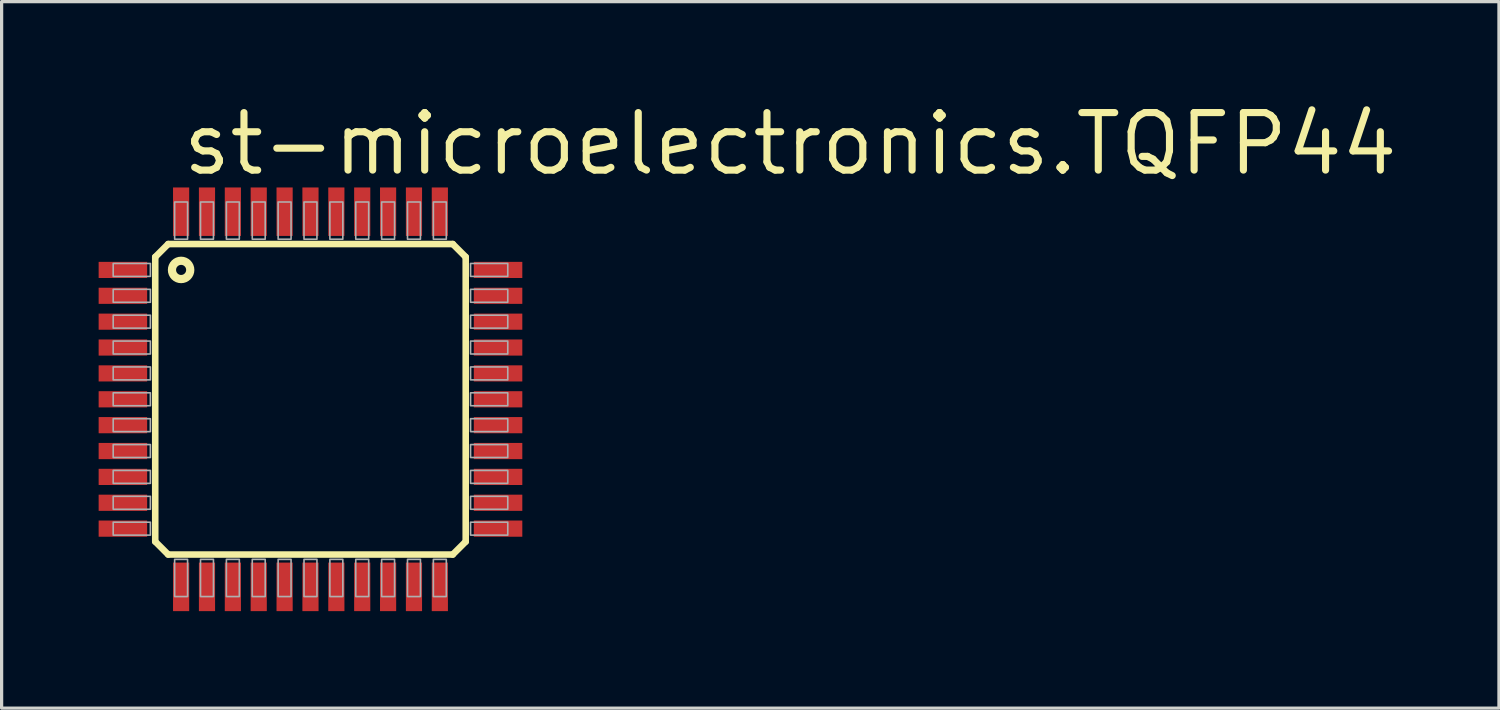
<source format=kicad_pcb>
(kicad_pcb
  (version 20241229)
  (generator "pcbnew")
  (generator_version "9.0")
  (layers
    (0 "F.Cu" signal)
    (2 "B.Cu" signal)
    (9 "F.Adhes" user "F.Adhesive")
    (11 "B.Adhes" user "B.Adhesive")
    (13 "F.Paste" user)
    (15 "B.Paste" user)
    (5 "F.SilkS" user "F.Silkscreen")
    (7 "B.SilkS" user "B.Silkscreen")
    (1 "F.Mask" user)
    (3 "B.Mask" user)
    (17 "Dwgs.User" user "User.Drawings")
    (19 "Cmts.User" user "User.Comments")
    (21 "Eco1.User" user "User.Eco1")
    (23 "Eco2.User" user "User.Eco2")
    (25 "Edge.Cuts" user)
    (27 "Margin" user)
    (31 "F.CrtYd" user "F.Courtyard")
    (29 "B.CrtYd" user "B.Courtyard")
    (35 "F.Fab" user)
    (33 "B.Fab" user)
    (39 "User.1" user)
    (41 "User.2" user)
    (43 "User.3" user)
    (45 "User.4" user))
  (footprint "st-microelectronics.TQFP44"
    (layer "F.Cu")
    (at 6.55 9.296)
    (property "Reference" "st-microelectronics.TQFP44" (at -4.064 -6.858 0) (layer "F.SilkS") (effects (font (size 1.778 1.778) (thickness 0.22)) (justify left bottom)))
    (attr smd)
    (fp_line (start -4.8 -4.4) (end -4.4 -4.8) (stroke (width 0.203) (type default)) (layer "F.SilkS"))
    (fp_line (start -4.8 4.4) (end -4.8 -4.4) (stroke (width 0.203) (type default)) (layer "F.SilkS"))
    (fp_line (start -4.4 -4.8) (end 4.4 -4.8) (stroke (width 0.203) (type default)) (layer "F.SilkS"))
    (fp_line (start -4.4 4.8) (end -4.8 4.4) (stroke (width 0.203) (type default)) (layer "F.SilkS"))
    (fp_line (start 4.4 -4.8) (end 4.8 -4.4) (stroke (width 0.203) (type default)) (layer "F.SilkS"))
    (fp_line (start 4.4 4.8) (end -4.4 4.8) (stroke (width 0.203) (type default)) (layer "F.SilkS"))
    (fp_line (start 4.8 -4.4) (end 4.8 4.4) (stroke (width 0.203) (type default)) (layer "F.SilkS"))
    (fp_line (start 4.8 4.4) (end 4.4 4.8) (stroke (width 0.203) (type default)) (layer "F.SilkS"))
    (fp_circle (center -4 -4) (end -3.717 -4) (stroke (width 0.254) (type default)) (fill no) (layer "F.SilkS"))
    (fp_rect (start -6.1 -3.8) (end -4.95 -4.2) (stroke (width 0.05) (type default)) (fill no) (layer "F.Fab"))
    (fp_rect (start -6.1 -3) (end -4.95 -3.4) (stroke (width 0.05) (type default)) (fill no) (layer "F.Fab"))
    (fp_rect (start -6.1 -2.2) (end -4.95 -2.6) (stroke (width 0.05) (type default)) (fill no) (layer "F.Fab"))
    (fp_rect (start -6.1 -1.4) (end -4.95 -1.8) (stroke (width 0.05) (type default)) (fill no) (layer "F.Fab"))
    (fp_rect (start -6.1 -0.6) (end -4.95 -1) (stroke (width 0.05) (type default)) (fill no) (layer "F.Fab"))
    (fp_rect (start -6.1 0.2) (end -4.95 -0.2) (stroke (width 0.05) (type default)) (fill no) (layer "F.Fab"))
    (fp_rect (start -6.1 1) (end -4.95 0.6) (stroke (width 0.05) (type default)) (fill no) (layer "F.Fab"))
    (fp_rect (start -6.1 1.8) (end -4.95 1.4) (stroke (width 0.05) (type default)) (fill no) (layer "F.Fab"))
    (fp_rect (start -6.1 2.6) (end -4.95 2.2) (stroke (width 0.05) (type default)) (fill no) (layer "F.Fab"))
    (fp_rect (start -6.1 3.4) (end -4.95 3) (stroke (width 0.05) (type default)) (fill no) (layer "F.Fab"))
    (fp_rect (start -6.1 4.2) (end -4.95 3.8) (stroke (width 0.05) (type default)) (fill no) (layer "F.Fab"))
    (fp_rect (start -4.2 -4.95) (end -3.8 -6.1) (stroke (width 0.05) (type default)) (fill no) (layer "F.Fab"))
    (fp_rect (start -4.2 6.1) (end -3.8 4.95) (stroke (width 0.05) (type default)) (fill no) (layer "F.Fab"))
    (fp_rect (start -3.4 -4.95) (end -3 -6.1) (stroke (width 0.05) (type default)) (fill no) (layer "F.Fab"))
    (fp_rect (start -3.4 6.1) (end -3 4.95) (stroke (width 0.05) (type default)) (fill no) (layer "F.Fab"))
    (fp_rect (start -2.6 -4.95) (end -2.2 -6.1) (stroke (width 0.05) (type default)) (fill no) (layer "F.Fab"))
    (fp_rect (start -2.6 6.1) (end -2.2 4.95) (stroke (width 0.05) (type default)) (fill no) (layer "F.Fab"))
    (fp_rect (start -1.8 -4.95) (end -1.4 -6.1) (stroke (width 0.05) (type default)) (fill no) (layer "F.Fab"))
    (fp_rect (start -1.8 6.1) (end -1.4 4.95) (stroke (width 0.05) (type default)) (fill no) (layer "F.Fab"))
    (fp_rect (start -1 -4.95) (end -0.6 -6.1) (stroke (width 0.05) (type default)) (fill no) (layer "F.Fab"))
    (fp_rect (start -1 6.1) (end -0.6 4.95) (stroke (width 0.05) (type default)) (fill no) (layer "F.Fab"))
    (fp_rect (start -0.2 -4.95) (end 0.2 -6.1) (stroke (width 0.05) (type default)) (fill no) (layer "F.Fab"))
    (fp_rect (start -0.2 6.1) (end 0.2 4.95) (stroke (width 0.05) (type default)) (fill no) (layer "F.Fab"))
    (fp_rect (start 0.6 -4.95) (end 1 -6.1) (stroke (width 0.05) (type default)) (fill no) (layer "F.Fab"))
    (fp_rect (start 0.6 6.1) (end 1 4.95) (stroke (width 0.05) (type default)) (fill no) (layer "F.Fab"))
    (fp_rect (start 1.4 -4.95) (end 1.8 -6.1) (stroke (width 0.05) (type default)) (fill no) (layer "F.Fab"))
    (fp_rect (start 1.4 6.1) (end 1.8 4.95) (stroke (width 0.05) (type default)) (fill no) (layer "F.Fab"))
    (fp_rect (start 2.2 -4.95) (end 2.6 -6.1) (stroke (width 0.05) (type default)) (fill no) (layer "F.Fab"))
    (fp_rect (start 2.2 6.1) (end 2.6 4.95) (stroke (width 0.05) (type default)) (fill no) (layer "F.Fab"))
    (fp_rect (start 3 -4.95) (end 3.4 -6.1) (stroke (width 0.05) (type default)) (fill no) (layer "F.Fab"))
    (fp_rect (start 3 6.1) (end 3.4 4.95) (stroke (width 0.05) (type default)) (fill no) (layer "F.Fab"))
    (fp_rect (start 3.8 -4.95) (end 4.2 -6.1) (stroke (width 0.05) (type default)) (fill no) (layer "F.Fab"))
    (fp_rect (start 3.8 6.1) (end 4.2 4.95) (stroke (width 0.05) (type default)) (fill no) (layer "F.Fab"))
    (fp_rect (start 4.95 -3.8) (end 6.1 -4.2) (stroke (width 0.05) (type default)) (fill no) (layer "F.Fab"))
    (fp_rect (start 4.95 -3) (end 6.1 -3.4) (stroke (width 0.05) (type default)) (fill no) (layer "F.Fab"))
    (fp_rect (start 4.95 -2.2) (end 6.1 -2.6) (stroke (width 0.05) (type default)) (fill no) (layer "F.Fab"))
    (fp_rect (start 4.95 -1.4) (end 6.1 -1.8) (stroke (width 0.05) (type default)) (fill no) (layer "F.Fab"))
    (fp_rect (start 4.95 -0.6) (end 6.1 -1) (stroke (width 0.05) (type default)) (fill no) (layer "F.Fab"))
    (fp_rect (start 4.95 0.2) (end 6.1 -0.2) (stroke (width 0.05) (type default)) (fill no) (layer "F.Fab"))
    (fp_rect (start 4.95 1) (end 6.1 0.6) (stroke (width 0.05) (type default)) (fill no) (layer "F.Fab"))
    (fp_rect (start 4.95 1.8) (end 6.1 1.4) (stroke (width 0.05) (type default)) (fill no) (layer "F.Fab"))
    (fp_rect (start 4.95 2.6) (end 6.1 2.2) (stroke (width 0.05) (type default)) (fill no) (layer "F.Fab"))
    (fp_rect (start 4.95 3.4) (end 6.1 3) (stroke (width 0.05) (type default)) (fill no) (layer "F.Fab"))
    (fp_rect (start 4.95 4.2) (end 6.1 3.8) (stroke (width 0.05) (type default)) (fill no) (layer "F.Fab"))
    (pad "1" smd roundrect (at -5.8 -4) (size 1.5 0.5) (layers "F.Cu" "F.Mask" "F.Paste") (roundrect_rratio 0.01))
    (pad "2" smd roundrect (at -5.8 -3.2) (size 1.5 0.5) (layers "F.Cu" "F.Mask" "F.Paste") (roundrect_rratio 0.01))
    (pad "3" smd roundrect (at -5.8 -2.4) (size 1.5 0.5) (layers "F.Cu" "F.Mask" "F.Paste") (roundrect_rratio 0.01))
    (pad "4" smd roundrect (at -5.8 -1.6) (size 1.5 0.5) (layers "F.Cu" "F.Mask" "F.Paste") (roundrect_rratio 0.01))
    (pad "5" smd roundrect (at -5.8 -0.8) (size 1.5 0.5) (layers "F.Cu" "F.Mask" "F.Paste") (roundrect_rratio 0.01))
    (pad "6" smd roundrect (at -5.8 0) (size 1.5 0.5) (layers "F.Cu" "F.Mask" "F.Paste") (roundrect_rratio 0.01))
    (pad "7" smd roundrect (at -5.8 0.8) (size 1.5 0.5) (layers "F.Cu" "F.Mask" "F.Paste") (roundrect_rratio 0.01))
    (pad "8" smd roundrect (at -5.8 1.6) (size 1.5 0.5) (layers "F.Cu" "F.Mask" "F.Paste") (roundrect_rratio 0.01))
    (pad "9" smd roundrect (at -5.8 2.4) (size 1.5 0.5) (layers "F.Cu" "F.Mask" "F.Paste") (roundrect_rratio 0.01))
    (pad "10" smd roundrect (at -5.8 3.2) (size 1.5 0.5) (layers "F.Cu" "F.Mask" "F.Paste") (roundrect_rratio 0.01))
    (pad "11" smd roundrect (at -5.8 4) (size 1.5 0.5) (layers "F.Cu" "F.Mask" "F.Paste") (roundrect_rratio 0.01))
    (pad "12" smd roundrect (at -4 5.8) (size 0.5 1.5) (layers "F.Cu" "F.Mask" "F.Paste") (roundrect_rratio 0.01))
    (pad "13" smd roundrect (at -3.2 5.8) (size 0.5 1.5) (layers "F.Cu" "F.Mask" "F.Paste") (roundrect_rratio 0.01))
    (pad "14" smd roundrect (at -2.4 5.8) (size 0.5 1.5) (layers "F.Cu" "F.Mask" "F.Paste") (roundrect_rratio 0.01))
    (pad "15" smd roundrect (at -1.6 5.8) (size 0.5 1.5) (layers "F.Cu" "F.Mask" "F.Paste") (roundrect_rratio 0.01))
    (pad "16" smd roundrect (at -0.8 5.8) (size 0.5 1.5) (layers "F.Cu" "F.Mask" "F.Paste") (roundrect_rratio 0.01))
    (pad "17" smd roundrect (at 0 5.8) (size 0.5 1.5) (layers "F.Cu" "F.Mask" "F.Paste") (roundrect_rratio 0.01))
    (pad "18" smd roundrect (at 0.8 5.8) (size 0.5 1.5) (layers "F.Cu" "F.Mask" "F.Paste") (roundrect_rratio 0.01))
    (pad "19" smd roundrect (at 1.6 5.8) (size 0.5 1.5) (layers "F.Cu" "F.Mask" "F.Paste") (roundrect_rratio 0.01))
    (pad "20" smd roundrect (at 2.4 5.8) (size 0.5 1.5) (layers "F.Cu" "F.Mask" "F.Paste") (roundrect_rratio 0.01))
    (pad "21" smd roundrect (at 3.2 5.8) (size 0.5 1.5) (layers "F.Cu" "F.Mask" "F.Paste") (roundrect_rratio 0.01))
    (pad "22" smd roundrect (at 4 5.8) (size 0.5 1.5) (layers "F.Cu" "F.Mask" "F.Paste") (roundrect_rratio 0.01))
    (pad "23" smd roundrect (at 5.8 4) (size 1.5 0.5) (layers "F.Cu" "F.Mask" "F.Paste") (roundrect_rratio 0.01))
    (pad "24" smd roundrect (at 5.8 3.2) (size 1.5 0.5) (layers "F.Cu" "F.Mask" "F.Paste") (roundrect_rratio 0.01))
    (pad "25" smd roundrect (at 5.8 2.4) (size 1.5 0.5) (layers "F.Cu" "F.Mask" "F.Paste") (roundrect_rratio 0.01))
    (pad "26" smd roundrect (at 5.8 1.6) (size 1.5 0.5) (layers "F.Cu" "F.Mask" "F.Paste") (roundrect_rratio 0.01))
    (pad "27" smd roundrect (at 5.8 0.8) (size 1.5 0.5) (layers "F.Cu" "F.Mask" "F.Paste") (roundrect_rratio 0.01))
    (pad "28" smd roundrect (at 5.8 0) (size 1.5 0.5) (layers "F.Cu" "F.Mask" "F.Paste") (roundrect_rratio 0.01))
    (pad "29" smd roundrect (at 5.8 -0.8) (size 1.5 0.5) (layers "F.Cu" "F.Mask" "F.Paste") (roundrect_rratio 0.01))
    (pad "30" smd roundrect (at 5.8 -1.6) (size 1.5 0.5) (layers "F.Cu" "F.Mask" "F.Paste") (roundrect_rratio 0.01))
    (pad "31" smd roundrect (at 5.8 -2.4) (size 1.5 0.5) (layers "F.Cu" "F.Mask" "F.Paste") (roundrect_rratio 0.01))
    (pad "32" smd roundrect (at 5.8 -3.2) (size 1.5 0.5) (layers "F.Cu" "F.Mask" "F.Paste") (roundrect_rratio 0.01))
    (pad "33" smd roundrect (at 5.8 -4) (size 1.5 0.5) (layers "F.Cu" "F.Mask" "F.Paste") (roundrect_rratio 0.01))
    (pad "34" smd roundrect (at 4 -5.8) (size 0.5 1.5) (layers "F.Cu" "F.Mask" "F.Paste") (roundrect_rratio 0.01))
    (pad "35" smd roundrect (at 3.2 -5.8) (size 0.5 1.5) (layers "F.Cu" "F.Mask" "F.Paste") (roundrect_rratio 0.01))
    (pad "36" smd roundrect (at 2.4 -5.8) (size 0.5 1.5) (layers "F.Cu" "F.Mask" "F.Paste") (roundrect_rratio 0.01))
    (pad "37" smd roundrect (at 1.6 -5.8) (size 0.5 1.5) (layers "F.Cu" "F.Mask" "F.Paste") (roundrect_rratio 0.01))
    (pad "38" smd roundrect (at 0.8 -5.8) (size 0.5 1.5) (layers "F.Cu" "F.Mask" "F.Paste") (roundrect_rratio 0.01))
    (pad "39" smd roundrect (at 0 -5.8) (size 0.5 1.5) (layers "F.Cu" "F.Mask" "F.Paste") (roundrect_rratio 0.01))
    (pad "40" smd roundrect (at -0.8 -5.8) (size 0.5 1.5) (layers "F.Cu" "F.Mask" "F.Paste") (roundrect_rratio 0.01))
    (pad "41" smd roundrect (at -1.6 -5.8) (size 0.5 1.5) (layers "F.Cu" "F.Mask" "F.Paste") (roundrect_rratio 0.01))
    (pad "42" smd roundrect (at -2.4 -5.8) (size 0.5 1.5) (layers "F.Cu" "F.Mask" "F.Paste") (roundrect_rratio 0.01))
    (pad "43" smd roundrect (at -3.2 -5.8) (size 0.5 1.5) (layers "F.Cu" "F.Mask" "F.Paste") (roundrect_rratio 0.01))
    (pad "44" smd roundrect (at -4 -5.8) (size 0.5 1.5) (layers "F.Cu" "F.Mask" "F.Paste") (roundrect_rratio 0.01)))
  (gr_rect
    (start -3 -3)
    (end 43.298 18.846)
    (stroke (width 0.1) (type default))
    (fill no)
    (layer "Edge.Cuts")))
</source>
